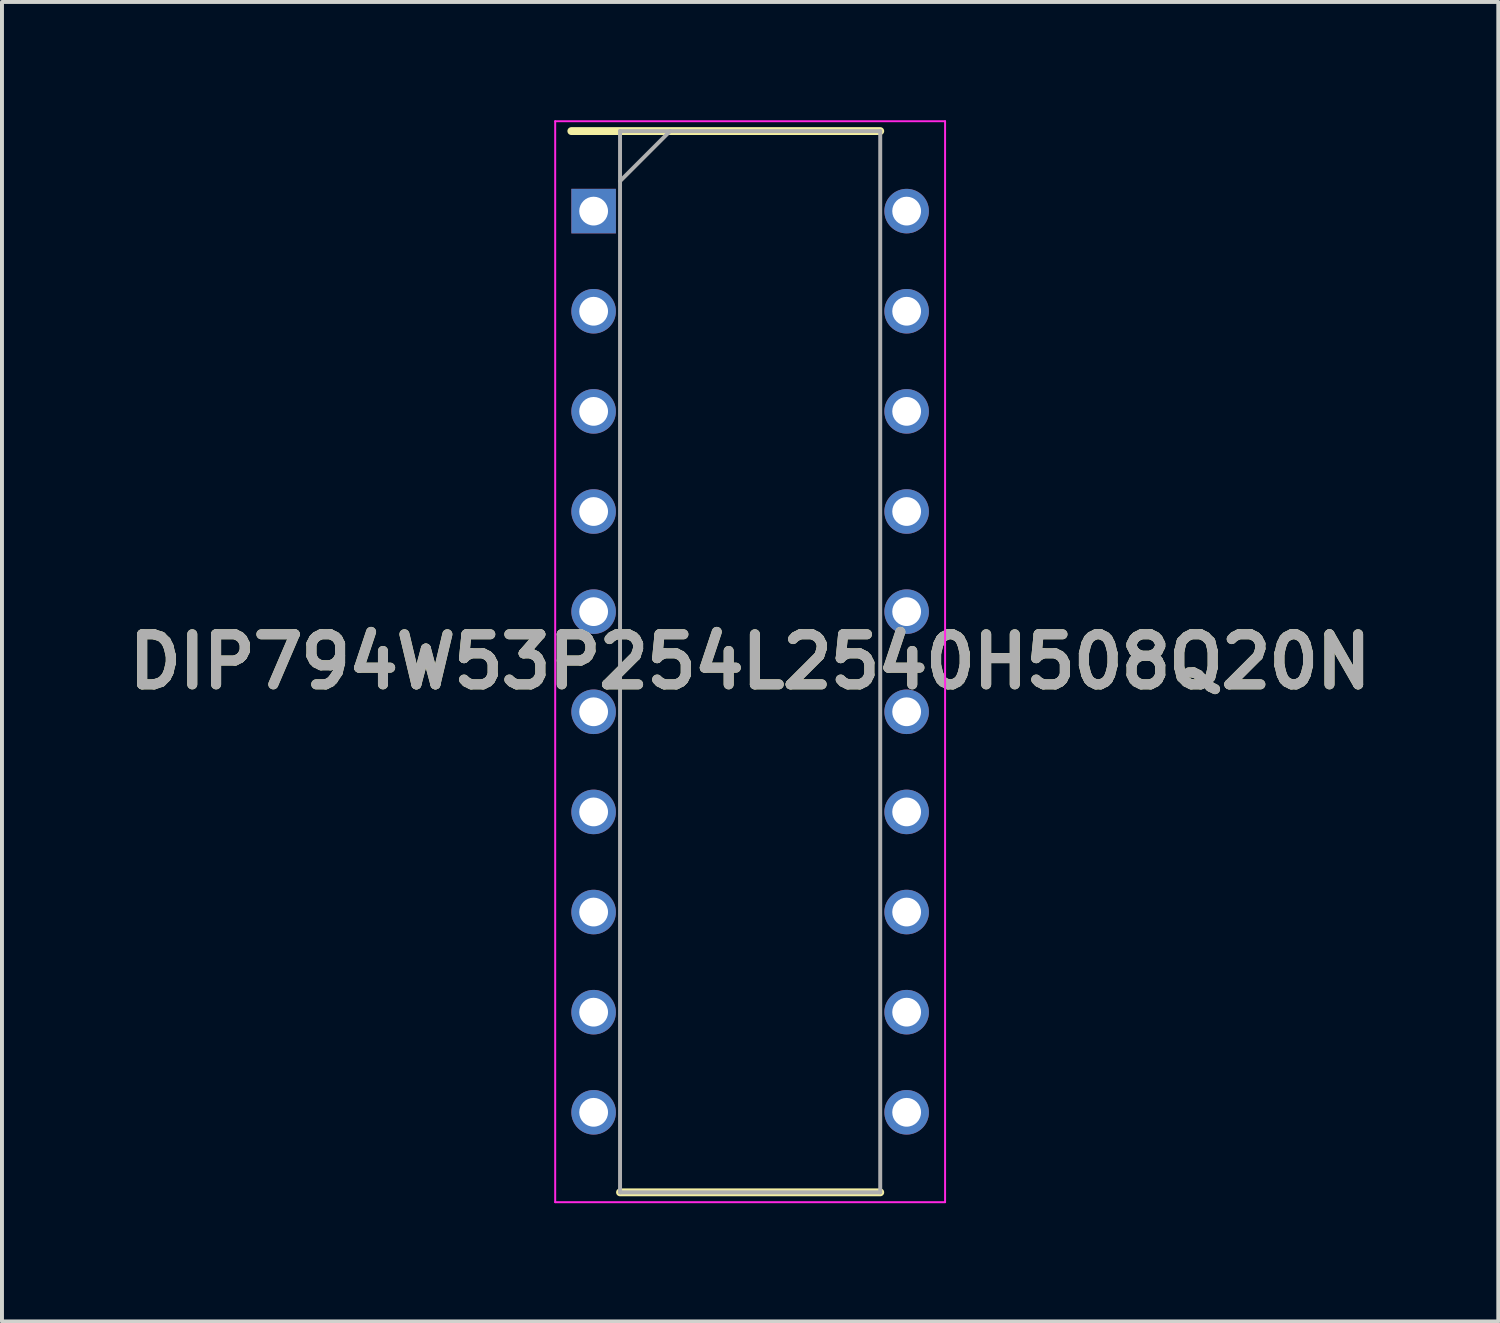
<source format=kicad_pcb>
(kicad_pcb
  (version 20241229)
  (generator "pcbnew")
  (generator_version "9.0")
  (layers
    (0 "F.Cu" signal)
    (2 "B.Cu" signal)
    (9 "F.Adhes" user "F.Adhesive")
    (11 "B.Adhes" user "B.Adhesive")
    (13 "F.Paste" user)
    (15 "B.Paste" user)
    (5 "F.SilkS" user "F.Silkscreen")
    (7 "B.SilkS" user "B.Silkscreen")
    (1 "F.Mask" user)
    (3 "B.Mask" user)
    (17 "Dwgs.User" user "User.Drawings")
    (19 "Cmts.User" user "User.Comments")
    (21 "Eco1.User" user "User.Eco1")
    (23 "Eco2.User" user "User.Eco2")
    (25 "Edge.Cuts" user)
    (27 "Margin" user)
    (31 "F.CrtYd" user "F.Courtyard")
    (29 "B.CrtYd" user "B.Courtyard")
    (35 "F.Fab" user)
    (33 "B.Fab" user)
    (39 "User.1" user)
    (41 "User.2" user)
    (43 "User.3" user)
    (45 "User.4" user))
  (footprint "DIP794W53P254L2540H508Q20N"
    (layer "F.Cu")
    (at 15.978 13.735)
    (property "Reference" "DIP794W53P254L2540H508Q20N" (at 0 0 0) (layer "F.SilkS") (effects (font (size 1.27 1.27) (thickness 0.254))))
    (attr through_hole)
    (fp_line (start -4.535 -13.46) (end 3.3 -13.46) (stroke (width 0.2) (type solid)) (layer "F.SilkS"))
    (fp_line (start -3.3 13.46) (end 3.3 13.46) (stroke (width 0.2) (type solid)) (layer "F.SilkS"))
    (fp_line (start -4.945 -13.71) (end 4.945 -13.71) (stroke (width 0.05) (type solid)) (layer "F.CrtYd"))
    (fp_line (start -4.945 13.71) (end -4.945 -13.71) (stroke (width 0.05) (type solid)) (layer "F.CrtYd"))
    (fp_line (start 4.945 -13.71) (end 4.945 13.71) (stroke (width 0.05) (type solid)) (layer "F.CrtYd"))
    (fp_line (start 4.945 13.71) (end -4.945 13.71) (stroke (width 0.05) (type solid)) (layer "F.CrtYd"))
    (fp_line (start -3.3 -13.46) (end 3.3 -13.46) (stroke (width 0.1) (type solid)) (layer "F.Fab"))
    (fp_line (start -3.3 -12.19) (end -2.03 -13.46) (stroke (width 0.1) (type solid)) (layer "F.Fab"))
    (fp_line (start -3.3 13.46) (end -3.3 -13.46) (stroke (width 0.1) (type solid)) (layer "F.Fab"))
    (fp_line (start 3.3 -13.46) (end 3.3 13.46) (stroke (width 0.1) (type solid)) (layer "F.Fab"))
    (fp_line (start 3.3 13.46) (end -3.3 13.46) (stroke (width 0.1) (type solid)) (layer "F.Fab"))
    (fp_text user "${REFERENCE}" (at 0 0 0) (layer "F.Fab") (effects (font (size 1.27 1.27) (thickness 0.254))))
    (pad "1" thru_hole rect (at -3.97 -11.43) (size 1.13 1.13) (drill 0.73) (layers "*.Cu" "*.Mask"))
    (pad "2" thru_hole circle (at -3.97 -8.89) (size 1.13 1.13) (drill 0.73) (layers "*.Cu" "*.Mask"))
    (pad "3" thru_hole circle (at -3.97 -6.35) (size 1.13 1.13) (drill 0.73) (layers "*.Cu" "*.Mask"))
    (pad "4" thru_hole circle (at -3.97 -3.81) (size 1.13 1.13) (drill 0.73) (layers "*.Cu" "*.Mask"))
    (pad "5" thru_hole circle (at -3.97 -1.27) (size 1.13 1.13) (drill 0.73) (layers "*.Cu" "*.Mask"))
    (pad "6" thru_hole circle (at -3.97 1.27) (size 1.13 1.13) (drill 0.73) (layers "*.Cu" "*.Mask"))
    (pad "7" thru_hole circle (at -3.97 3.81) (size 1.13 1.13) (drill 0.73) (layers "*.Cu" "*.Mask"))
    (pad "8" thru_hole circle (at -3.97 6.35) (size 1.13 1.13) (drill 0.73) (layers "*.Cu" "*.Mask"))
    (pad "9" thru_hole circle (at -3.97 8.89) (size 1.13 1.13) (drill 0.73) (layers "*.Cu" "*.Mask"))
    (pad "10" thru_hole circle (at -3.97 11.43) (size 1.13 1.13) (drill 0.73) (layers "*.Cu" "*.Mask"))
    (pad "11" thru_hole circle (at 3.97 11.43) (size 1.13 1.13) (drill 0.73) (layers "*.Cu" "*.Mask"))
    (pad "12" thru_hole circle (at 3.97 8.89) (size 1.13 1.13) (drill 0.73) (layers "*.Cu" "*.Mask"))
    (pad "13" thru_hole circle (at 3.97 6.35) (size 1.13 1.13) (drill 0.73) (layers "*.Cu" "*.Mask"))
    (pad "14" thru_hole circle (at 3.97 3.81) (size 1.13 1.13) (drill 0.73) (layers "*.Cu" "*.Mask"))
    (pad "15" thru_hole circle (at 3.97 1.27) (size 1.13 1.13) (drill 0.73) (layers "*.Cu" "*.Mask"))
    (pad "16" thru_hole circle (at 3.97 -1.27) (size 1.13 1.13) (drill 0.73) (layers "*.Cu" "*.Mask"))
    (pad "17" thru_hole circle (at 3.97 -3.81) (size 1.13 1.13) (drill 0.73) (layers "*.Cu" "*.Mask"))
    (pad "18" thru_hole circle (at 3.97 -6.35) (size 1.13 1.13) (drill 0.73) (layers "*.Cu" "*.Mask"))
    (pad "19" thru_hole circle (at 3.97 -8.89) (size 1.13 1.13) (drill 0.73) (layers "*.Cu" "*.Mask"))
    (pad "20" thru_hole circle (at 3.97 -11.43) (size 1.13 1.13) (drill 0.73) (layers "*.Cu" "*.Mask")))
  (gr_rect
    (start -3 -3)
    (end 34.956 30.47)
    (stroke (width 0.1) (type default))
    (fill no)
    (layer "Edge.Cuts")))
</source>
